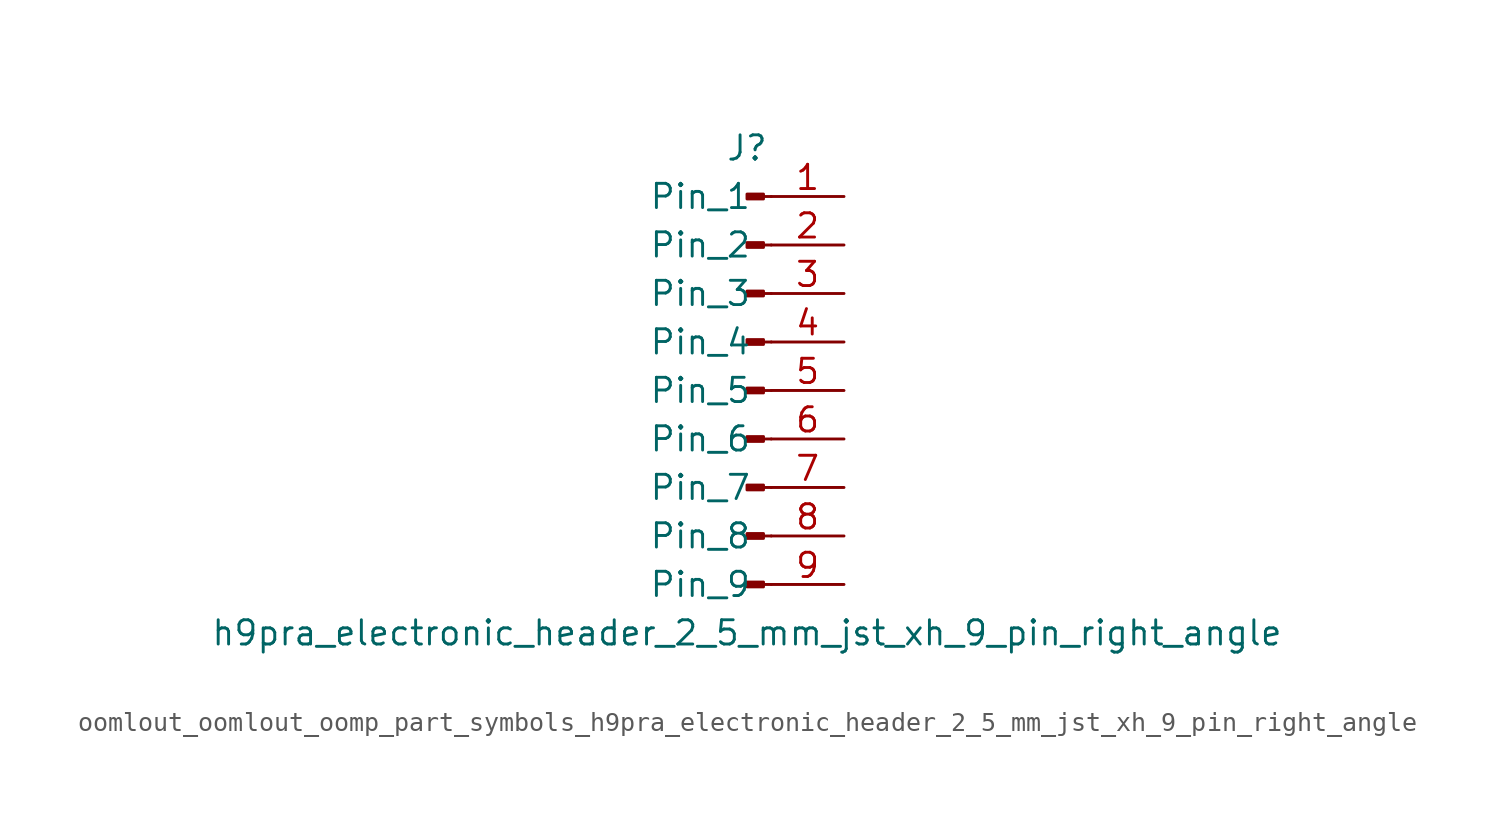
<source format=kicad_sym>
(kicad_symbol_lib
  (version 20220914)
  (generator kicad_symbol_editor)
  (symbol "oomlout_oomlout_oomp_part_symbols_h9pra_electronic_header_2_5_mm_jst_xh_9_pin_right_angle"
    (pin_names
      (offset 1.016))
    (property "Reference" "J"
      (at 0 12.7 0)
      (effects (font (size 1.27 1.27))))
    (property "Value" "h9pra_electronic_header_2_5_mm_jst_xh_9_pin_right_angle"
      (at 0 -12.7 0)
      (effects (font (size 1.27 1.27))))
    (property "ki_locked" ""
      (at 0 0 0)
      (effects (font (size 1.27 1.27))))
    (symbol "oomlout_oomlout_oomp_part_symbols_h9pra_electronic_header_2_5_mm_jst_xh_9_pin_right_angle_1_1"
      (polyline (pts (xy 1.27 -10.16) (xy 0.864 -10.16)) (stroke (width 0.152) (type default)) (fill (type none)))
      (polyline (pts (xy 1.27 -7.62) (xy 0.864 -7.62)) (stroke (width 0.152) (type default)) (fill (type none)))
      (polyline (pts (xy 1.27 -5.08) (xy 0.864 -5.08)) (stroke (width 0.152) (type default)) (fill (type none)))
      (polyline (pts (xy 1.27 -2.54) (xy 0.864 -2.54)) (stroke (width 0.152) (type default)) (fill (type none)))
      (polyline (pts (xy 1.27 0) (xy 0.864 0)) (stroke (width 0.152) (type default)) (fill (type none)))
      (polyline (pts (xy 1.27 2.54) (xy 0.864 2.54)) (stroke (width 0.152) (type default)) (fill (type none)))
      (polyline (pts (xy 1.27 5.08) (xy 0.864 5.08)) (stroke (width 0.152) (type default)) (fill (type none)))
      (polyline (pts (xy 1.27 7.62) (xy 0.864 7.62)) (stroke (width 0.152) (type default)) (fill (type none)))
      (polyline (pts (xy 1.27 10.16) (xy 0.864 10.16)) (stroke (width 0.152) (type default)) (fill (type none)))
      (rectangle (start 0.864 -10.033) (end 0 -10.287) (stroke (width 0.152) (type default)) (fill (type outline)))
      (rectangle (start 0.864 -7.493) (end 0 -7.747) (stroke (width 0.152) (type default)) (fill (type outline)))
      (rectangle (start 0.864 -4.953) (end 0 -5.207) (stroke (width 0.152) (type default)) (fill (type outline)))
      (rectangle (start 0.864 -2.413) (end 0 -2.667) (stroke (width 0.152) (type default)) (fill (type outline)))
      (rectangle (start 0.864 0.127) (end 0 -0.127) (stroke (width 0.152) (type default)) (fill (type outline)))
      (rectangle (start 0.864 2.667) (end 0 2.413) (stroke (width 0.152) (type default)) (fill (type outline)))
      (rectangle (start 0.864 5.207) (end 0 4.953) (stroke (width 0.152) (type default)) (fill (type outline)))
      (rectangle (start 0.864 7.747) (end 0 7.493) (stroke (width 0.152) (type default)) (fill (type outline)))
      (rectangle (start 0.864 10.287) (end 0 10.033) (stroke (width 0.152) (type default)) (fill (type outline)))
      (pin passive line (at 5.08 10.16 180) (length 3.81) (name "Pin_1" (effects (font (size 1.27 1.27)))) (number "1" (effects (font (size 1.27 1.27)))))
      (pin passive line (at 5.08 7.62 180) (length 3.81) (name "Pin_2" (effects (font (size 1.27 1.27)))) (number "2" (effects (font (size 1.27 1.27)))))
      (pin passive line (at 5.08 5.08 180) (length 3.81) (name "Pin_3" (effects (font (size 1.27 1.27)))) (number "3" (effects (font (size 1.27 1.27)))))
      (pin passive line (at 5.08 2.54 180) (length 3.81) (name "Pin_4" (effects (font (size 1.27 1.27)))) (number "4" (effects (font (size 1.27 1.27)))))
      (pin passive line (at 5.08 0 180) (length 3.81) (name "Pin_5" (effects (font (size 1.27 1.27)))) (number "5" (effects (font (size 1.27 1.27)))))
      (pin passive line (at 5.08 -2.54 180) (length 3.81) (name "Pin_6" (effects (font (size 1.27 1.27)))) (number "6" (effects (font (size 1.27 1.27)))))
      (pin passive line (at 5.08 -5.08 180) (length 3.81) (name "Pin_7" (effects (font (size 1.27 1.27)))) (number "7" (effects (font (size 1.27 1.27)))))
      (pin passive line (at 5.08 -7.62 180) (length 3.81) (name "Pin_8" (effects (font (size 1.27 1.27)))) (number "8" (effects (font (size 1.27 1.27)))))
      (pin passive line (at 5.08 -10.16 180) (length 3.81) (name "Pin_9" (effects (font (size 1.27 1.27)))) (number "9" (effects (font (size 1.27 1.27))))))))
</source>
